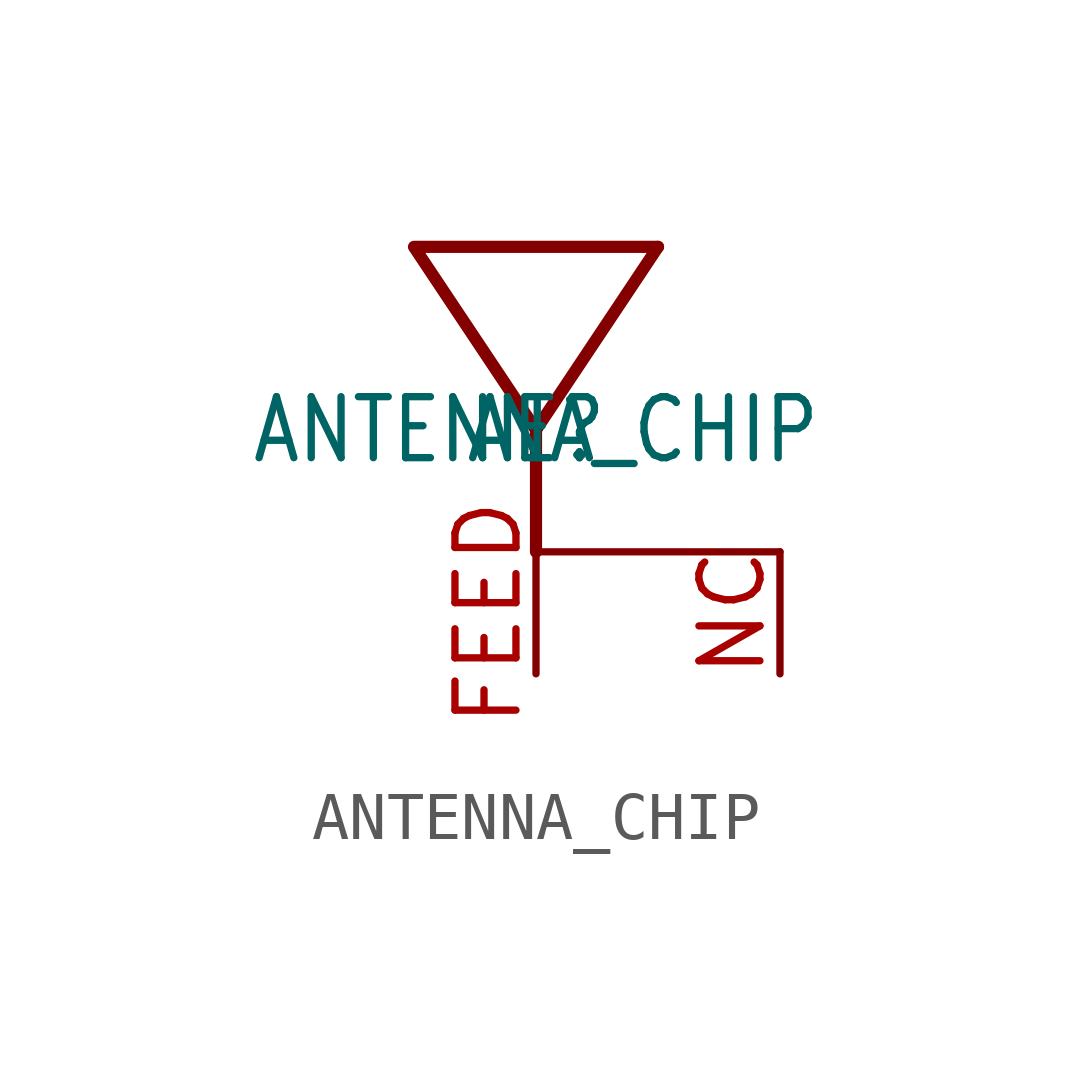
<source format=kicad_sym>
(kicad_symbol_lib
  (version 20211014)
  (generator kicad_symbol_editor)
  (symbol "ANTENNA_CHIP"
    (pin_names
      (offset 1.016) hide)
    (property "Reference" "AE"
      (at 0 0 0)
      (effects (font (size 1.27 1.086))))
    (property "Value" "ANTENNA_CHIP"
      (at 0 0 0)
      (effects (font (size 1.27 1.086))))
    (symbol "ANTENNA_CHIP_0_0")
    (symbol "ANTENNA_CHIP_0_1"
      (polyline (pts (xy 0.0 -2.54) (xy 0.0 0.0) (xy 2.54 3.81)) (stroke (width 0.254) (type default) (color 0 0 0 0)))
      (polyline (pts (xy 0.0 0.0) (xy -2.54 3.81) (xy 2.54 3.81)) (stroke (width 0.254) (type default) (color 0 0 0 0)))
      (polyline (pts (xy 0.0 -2.54) (xy 5.08 -2.54)) (stroke (width 0.152) (type default) (color 0 0 0 0))))
    (symbol "ANTENNA_CHIP_1_1"
      (pin bidirectional line (at 0 -5.08 90) (length 2.54) (name "FEED" (effects (font (size 1.27 1.086)))) (number "FEED" (effects (font (size 1.27 1.086)))))
      (pin bidirectional line (at 5.08 -5.08 90) (length 2.54) (name "NC" (effects (font (size 1.27 1.086)))) (number "NC" (effects (font (size 1.27 1.086))))))))
</source>
